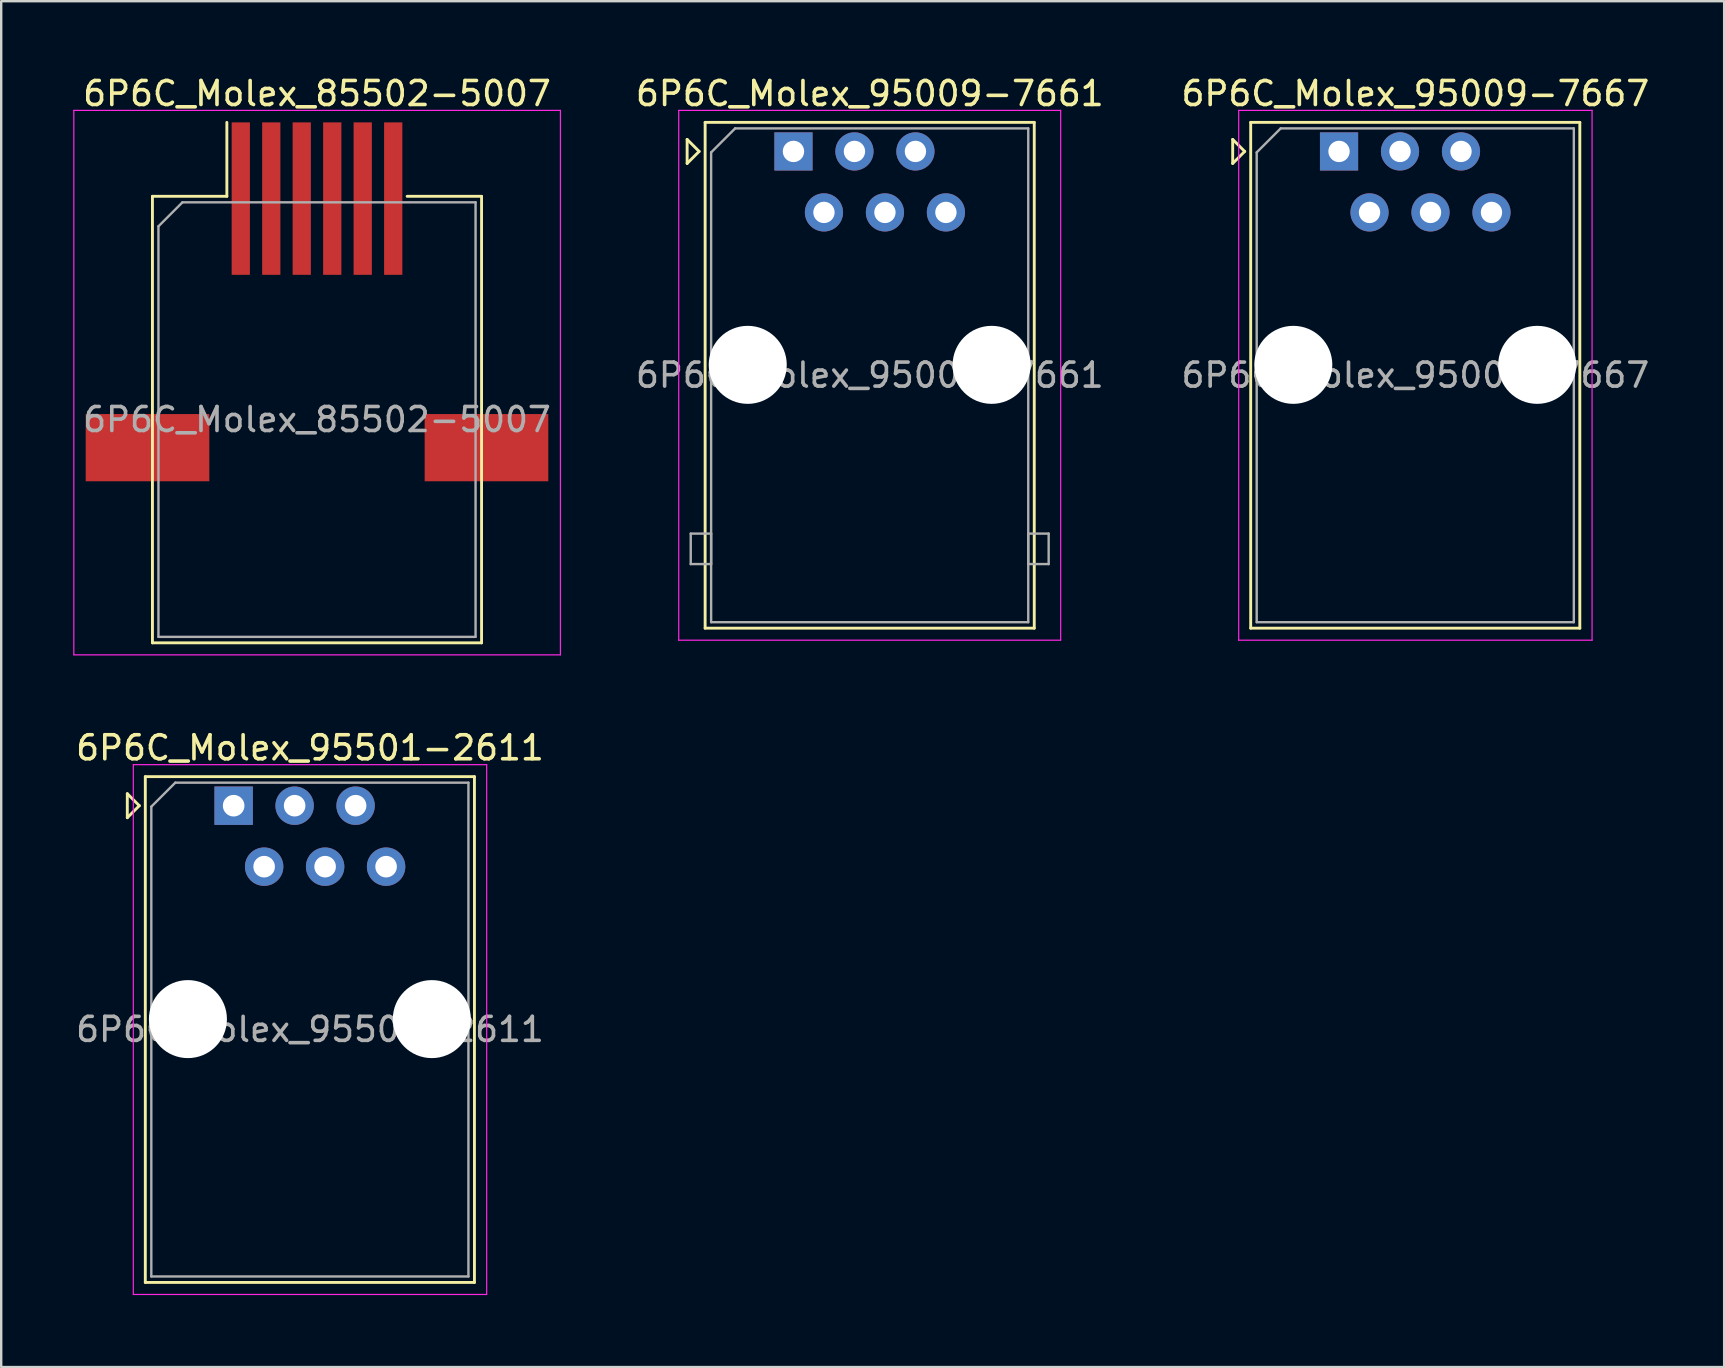
<source format=kicad_pcb>
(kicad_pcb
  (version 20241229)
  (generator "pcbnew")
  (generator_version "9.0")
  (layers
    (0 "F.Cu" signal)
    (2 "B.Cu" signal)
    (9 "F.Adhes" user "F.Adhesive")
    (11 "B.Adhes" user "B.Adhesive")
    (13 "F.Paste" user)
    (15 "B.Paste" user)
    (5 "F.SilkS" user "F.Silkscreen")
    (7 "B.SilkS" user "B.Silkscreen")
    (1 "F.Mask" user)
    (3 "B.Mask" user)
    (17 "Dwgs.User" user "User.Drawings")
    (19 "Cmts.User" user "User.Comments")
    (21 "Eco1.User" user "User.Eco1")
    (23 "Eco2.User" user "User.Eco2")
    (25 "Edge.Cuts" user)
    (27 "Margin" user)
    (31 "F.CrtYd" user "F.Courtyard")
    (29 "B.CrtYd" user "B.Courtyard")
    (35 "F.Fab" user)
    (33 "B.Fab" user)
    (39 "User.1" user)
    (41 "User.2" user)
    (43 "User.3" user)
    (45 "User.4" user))
  (footprint "6P6C_Molex_95009-7661"
    (layer "F.Cu")
    (at 30.003 3.258)
    (property "Reference" "6P6C_Molex_95009-7661" (at 3.18 -2.41 0) (layer "F.SilkS") (effects (font (size 1 1) (thickness 0.15))))
    (attr through_hole)
    (fp_line (start -4.43 -0.5) (end -4.43 0.5) (stroke (width 0.12) (type solid)) (layer "F.SilkS"))
    (fp_line (start -4.43 0.5) (end -3.93 0) (stroke (width 0.12) (type solid)) (layer "F.SilkS"))
    (fp_line (start -3.93 0) (end -4.43 -0.5) (stroke (width 0.12) (type solid)) (layer "F.SilkS"))
    (fp_line (start -3.68 -1.21) (end -3.68 19.86) (stroke (width 0.12) (type solid)) (layer "F.SilkS"))
    (fp_line (start -3.68 19.86) (end 10.03 19.86) (stroke (width 0.12) (type solid)) (layer "F.SilkS"))
    (fp_line (start 10.03 -1.21) (end -3.68 -1.21) (stroke (width 0.12) (type solid)) (layer "F.SilkS"))
    (fp_line (start 10.03 19.86) (end 10.03 -1.21) (stroke (width 0.12) (type solid)) (layer "F.SilkS"))
    (fp_line (start -4.78 -1.71) (end -4.78 20.36) (stroke (width 0.05) (type solid)) (layer "F.CrtYd"))
    (fp_line (start -4.78 20.36) (end 11.13 20.36) (stroke (width 0.05) (type solid)) (layer "F.CrtYd"))
    (fp_line (start 11.13 -1.71) (end -4.78 -1.71) (stroke (width 0.05) (type solid)) (layer "F.CrtYd"))
    (fp_line (start 11.13 20.36) (end 11.13 -1.71) (stroke (width 0.05) (type solid)) (layer "F.CrtYd"))
    (fp_line (start -4.28 15.92) (end -4.28 17.19) (stroke (width 0.1) (type solid)) (layer "F.Fab"))
    (fp_line (start -4.28 17.19) (end -3.43 17.19) (stroke (width 0.1) (type solid)) (layer "F.Fab"))
    (fp_line (start -3.43 0.04) (end -3.43 19.61) (stroke (width 0.1) (type solid)) (layer "F.Fab"))
    (fp_line (start -3.43 15.92) (end -4.28 15.92) (stroke (width 0.1) (type solid)) (layer "F.Fab"))
    (fp_line (start -3.43 17.19) (end -3.43 15.92) (stroke (width 0.1) (type solid)) (layer "F.Fab"))
    (fp_line (start -3.43 19.61) (end 9.78 19.61) (stroke (width 0.1) (type solid)) (layer "F.Fab"))
    (fp_line (start -2.43 -0.96) (end -3.43 0.04) (stroke (width 0.1) (type solid)) (layer "F.Fab"))
    (fp_line (start 9.78 -0.96) (end -2.43 -0.96) (stroke (width 0.1) (type solid)) (layer "F.Fab"))
    (fp_line (start 9.78 15.92) (end 10.63 15.92) (stroke (width 0.1) (type solid)) (layer "F.Fab"))
    (fp_line (start 9.78 17.19) (end 9.78 15.92) (stroke (width 0.1) (type solid)) (layer "F.Fab"))
    (fp_line (start 9.78 19.61) (end 9.78 -0.96) (stroke (width 0.1) (type solid)) (layer "F.Fab"))
    (fp_line (start 10.63 15.92) (end 10.63 17.19) (stroke (width 0.1) (type solid)) (layer "F.Fab"))
    (fp_line (start 10.63 17.19) (end 9.78 17.19) (stroke (width 0.1) (type solid)) (layer "F.Fab"))
    (fp_text user "${REFERENCE}" (at 3.18 9.32 0) (layer "F.Fab") (effects (font (size 1 1) (thickness 0.15))))
    (pad "" np_thru_hole circle (at -1.905 8.89) (size 3.25 3.25) (drill 3.25) (layers "*.Cu" "*.Mask"))
    (pad "" np_thru_hole circle (at 8.255 8.89) (size 3.25 3.25) (drill 3.25) (layers "*.Cu" "*.Mask"))
    (pad "1" thru_hole rect (at 0 0) (size 1.59 1.59) (drill 0.89) (layers "*.Cu" "*.Mask"))
    (pad "2" thru_hole circle (at 1.27 2.54) (size 1.59 1.59) (drill 0.89) (layers "*.Cu" "*.Mask"))
    (pad "3" thru_hole circle (at 2.54 0) (size 1.59 1.59) (drill 0.89) (layers "*.Cu" "*.Mask"))
    (pad "4" thru_hole circle (at 3.81 2.54) (size 1.59 1.59) (drill 0.89) (layers "*.Cu" "*.Mask"))
    (pad "5" thru_hole circle (at 5.08 0) (size 1.59 1.59) (drill 0.89) (layers "*.Cu" "*.Mask"))
    (pad "6" thru_hole circle (at 6.35 2.54) (size 1.59 1.59) (drill 0.89) (layers "*.Cu" "*.Mask")))
  (footprint "6P6C_Molex_95501-2611"
    (layer "F.Cu")
    (at 6.683 30.512)
    (property "Reference" "6P6C_Molex_95501-2611" (at 3.18 -2.41 0) (layer "F.SilkS") (effects (font (size 1 1) (thickness 0.15))))
    (attr through_hole)
    (fp_line (start -4.43 -0.5) (end -4.43 0.5) (stroke (width 0.12) (type solid)) (layer "F.SilkS"))
    (fp_line (start -4.43 0.5) (end -3.93 0) (stroke (width 0.12) (type solid)) (layer "F.SilkS"))
    (fp_line (start -3.93 0) (end -4.43 -0.5) (stroke (width 0.12) (type solid)) (layer "F.SilkS"))
    (fp_line (start -3.68 -1.21) (end -3.68 19.86) (stroke (width 0.12) (type solid)) (layer "F.SilkS"))
    (fp_line (start -3.68 19.86) (end 10.03 19.86) (stroke (width 0.12) (type solid)) (layer "F.SilkS"))
    (fp_line (start 10.03 -1.21) (end -3.68 -1.21) (stroke (width 0.12) (type solid)) (layer "F.SilkS"))
    (fp_line (start 10.03 19.86) (end 10.03 -1.21) (stroke (width 0.12) (type solid)) (layer "F.SilkS"))
    (fp_line (start -4.18 -1.71) (end -4.18 20.36) (stroke (width 0.05) (type solid)) (layer "F.CrtYd"))
    (fp_line (start -4.18 20.36) (end 10.54 20.36) (stroke (width 0.05) (type solid)) (layer "F.CrtYd"))
    (fp_line (start 10.54 -1.71) (end -4.18 -1.71) (stroke (width 0.05) (type solid)) (layer "F.CrtYd"))
    (fp_line (start 10.54 20.36) (end 10.54 -1.71) (stroke (width 0.05) (type solid)) (layer "F.CrtYd"))
    (fp_line (start -3.43 0.04) (end -3.43 19.61) (stroke (width 0.1) (type solid)) (layer "F.Fab"))
    (fp_line (start -3.43 19.61) (end 9.78 19.61) (stroke (width 0.1) (type solid)) (layer "F.Fab"))
    (fp_line (start -2.43 -0.96) (end -3.43 0.04) (stroke (width 0.1) (type solid)) (layer "F.Fab"))
    (fp_line (start 9.78 -0.96) (end -2.43 -0.96) (stroke (width 0.1) (type solid)) (layer "F.Fab"))
    (fp_line (start 9.78 19.61) (end 9.78 -0.96) (stroke (width 0.1) (type solid)) (layer "F.Fab"))
    (fp_text user "${REFERENCE}" (at 3.18 9.32 0) (layer "F.Fab") (effects (font (size 1 1) (thickness 0.15))))
    (pad "" np_thru_hole circle (at -1.905 8.89) (size 3.25 3.25) (drill 3.25) (layers "*.Cu" "*.Mask"))
    (pad "" np_thru_hole circle (at 8.255 8.89) (size 3.25 3.25) (drill 3.25) (layers "*.Cu" "*.Mask"))
    (pad "1" thru_hole rect (at 0 0) (size 1.6 1.6) (drill 0.9) (layers "*.Cu" "*.Mask"))
    (pad "2" thru_hole circle (at 1.27 2.54) (size 1.6 1.6) (drill 0.9) (layers "*.Cu" "*.Mask"))
    (pad "3" thru_hole circle (at 2.54 0) (size 1.6 1.6) (drill 0.9) (layers "*.Cu" "*.Mask"))
    (pad "4" thru_hole circle (at 3.81 2.54) (size 1.6 1.6) (drill 0.9) (layers "*.Cu" "*.Mask"))
    (pad "5" thru_hole circle (at 5.08 0) (size 1.6 1.6) (drill 0.9) (layers "*.Cu" "*.Mask"))
    (pad "6" thru_hole circle (at 6.35 2.54) (size 1.6 1.6) (drill 0.9) (layers "*.Cu" "*.Mask")))
  (footprint "6P6C_Molex_95009-7667"
    (layer "F.Cu")
    (at 52.729 3.258)
    (property "Reference" "6P6C_Molex_95009-7667" (at 3.18 -2.41 0) (layer "F.SilkS") (effects (font (size 1 1) (thickness 0.15))))
    (attr through_hole)
    (fp_line (start -4.43 -0.5) (end -4.43 0.5) (stroke (width 0.12) (type solid)) (layer "F.SilkS"))
    (fp_line (start -4.43 0.5) (end -3.93 0) (stroke (width 0.12) (type solid)) (layer "F.SilkS"))
    (fp_line (start -3.93 0) (end -4.43 -0.5) (stroke (width 0.12) (type solid)) (layer "F.SilkS"))
    (fp_line (start -3.68 -1.21) (end -3.68 19.86) (stroke (width 0.12) (type solid)) (layer "F.SilkS"))
    (fp_line (start -3.68 19.86) (end 10.03 19.86) (stroke (width 0.12) (type solid)) (layer "F.SilkS"))
    (fp_line (start 10.03 -1.21) (end -3.68 -1.21) (stroke (width 0.12) (type solid)) (layer "F.SilkS"))
    (fp_line (start 10.03 19.86) (end 10.03 -1.21) (stroke (width 0.12) (type solid)) (layer "F.SilkS"))
    (fp_line (start -4.18 -1.71) (end -4.18 20.36) (stroke (width 0.05) (type solid)) (layer "F.CrtYd"))
    (fp_line (start -4.18 20.36) (end 10.54 20.36) (stroke (width 0.05) (type solid)) (layer "F.CrtYd"))
    (fp_line (start 10.54 -1.71) (end -4.18 -1.71) (stroke (width 0.05) (type solid)) (layer "F.CrtYd"))
    (fp_line (start 10.54 20.36) (end 10.54 -1.71) (stroke (width 0.05) (type solid)) (layer "F.CrtYd"))
    (fp_line (start -3.43 0.04) (end -3.43 19.61) (stroke (width 0.1) (type solid)) (layer "F.Fab"))
    (fp_line (start -3.43 19.61) (end 9.78 19.61) (stroke (width 0.1) (type solid)) (layer "F.Fab"))
    (fp_line (start -2.43 -0.96) (end -3.43 0.04) (stroke (width 0.1) (type solid)) (layer "F.Fab"))
    (fp_line (start 9.78 -0.96) (end -2.43 -0.96) (stroke (width 0.1) (type solid)) (layer "F.Fab"))
    (fp_line (start 9.78 19.61) (end 9.78 -0.96) (stroke (width 0.1) (type solid)) (layer "F.Fab"))
    (fp_text user "${REFERENCE}" (at 3.18 9.32 0) (layer "F.Fab") (effects (font (size 1 1) (thickness 0.15))))
    (pad "" np_thru_hole circle (at -1.905 8.89) (size 3.25 3.25) (drill 3.25) (layers "*.Cu" "*.Mask"))
    (pad "" np_thru_hole circle (at 8.255 8.89) (size 3.25 3.25) (drill 3.25) (layers "*.Cu" "*.Mask"))
    (pad "1" thru_hole rect (at 0 0) (size 1.59 1.59) (drill 0.89) (layers "*.Cu" "*.Mask"))
    (pad "2" thru_hole circle (at 1.27 2.54) (size 1.59 1.59) (drill 0.89) (layers "*.Cu" "*.Mask"))
    (pad "3" thru_hole circle (at 2.54 0) (size 1.59 1.59) (drill 0.89) (layers "*.Cu" "*.Mask"))
    (pad "4" thru_hole circle (at 3.81 2.54) (size 1.59 1.59) (drill 0.89) (layers "*.Cu" "*.Mask"))
    (pad "5" thru_hole circle (at 5.08 0) (size 1.59 1.59) (drill 0.89) (layers "*.Cu" "*.Mask"))
    (pad "6" thru_hole circle (at 6.35 2.54) (size 1.59 1.59) (drill 0.89) (layers "*.Cu" "*.Mask")))
  (footprint "6P6C_Molex_85502-5007"
    (layer "F.Cu")
    (at 10.155 15.478)
    (property "Reference" "6P6C_Molex_85502-5007" (at 0 -14.63 0) (layer "F.SilkS") (effects (font (size 1 1) (thickness 0.15))))
    (attr smd)
    (fp_line (start -6.855 -10.35) (end -6.855 8.25) (stroke (width 0.12) (type solid)) (layer "F.SilkS"))
    (fp_line (start -6.855 8.25) (end 6.855 8.25) (stroke (width 0.12) (type solid)) (layer "F.SilkS"))
    (fp_line (start -3.755 -13.43) (end -3.755 -10.35) (stroke (width 0.12) (type solid)) (layer "F.SilkS"))
    (fp_line (start -3.755 -10.35) (end -6.855 -10.35) (stroke (width 0.12) (type solid)) (layer "F.SilkS"))
    (fp_line (start 6.855 -10.35) (end 3.755 -10.35) (stroke (width 0.12) (type solid)) (layer "F.SilkS"))
    (fp_line (start 6.855 8.25) (end 6.855 -10.35) (stroke (width 0.12) (type solid)) (layer "F.SilkS"))
    (fp_line (start -10.13 -13.93) (end -10.13 8.75) (stroke (width 0.05) (type solid)) (layer "F.CrtYd"))
    (fp_line (start -10.13 8.75) (end 10.14 8.75) (stroke (width 0.05) (type solid)) (layer "F.CrtYd"))
    (fp_line (start 10.14 -13.93) (end -10.13 -13.93) (stroke (width 0.05) (type solid)) (layer "F.CrtYd"))
    (fp_line (start 10.14 8.75) (end 10.14 -13.93) (stroke (width 0.05) (type solid)) (layer "F.CrtYd"))
    (fp_line (start -6.605 -9.1) (end -6.605 8) (stroke (width 0.1) (type solid)) (layer "F.Fab"))
    (fp_line (start -6.605 8) (end 6.605 8) (stroke (width 0.1) (type solid)) (layer "F.Fab"))
    (fp_line (start -5.605 -10.1) (end -6.605 -9.1) (stroke (width 0.1) (type solid)) (layer "F.Fab"))
    (fp_line (start 6.605 -10.1) (end -5.605 -10.1) (stroke (width 0.1) (type solid)) (layer "F.Fab"))
    (fp_line (start 6.605 8) (end 6.605 -10.1) (stroke (width 0.1) (type solid)) (layer "F.Fab"))
    (fp_text user "${REFERENCE}" (at 0 -1.05 0) (layer "F.Fab") (effects (font (size 1 1) (thickness 0.15))))
    (pad "" smd rect (at -7.06 0.12) (size 5.15 2.8) (layers "F.Cu" "F.Mask" "F.Paste"))
    (pad "" smd rect (at 7.06 0.12) (size 5.15 2.8) (layers "F.Cu" "F.Mask" "F.Paste"))
    (pad "1" smd rect (at -3.175 -10.255) (size 0.76 6.35) (layers "F.Cu" "F.Mask" "F.Paste"))
    (pad "2" smd rect (at -1.905 -10.255) (size 0.76 6.35) (layers "F.Cu" "F.Mask" "F.Paste"))
    (pad "3" smd rect (at -0.635 -10.255) (size 0.76 6.35) (layers "F.Cu" "F.Mask" "F.Paste"))
    (pad "4" smd rect (at 0.635 -10.255) (size 0.76 6.35) (layers "F.Cu" "F.Mask" "F.Paste"))
    (pad "5" smd rect (at 1.905 -10.255) (size 0.76 6.35) (layers "F.Cu" "F.Mask" "F.Paste"))
    (pad "6" smd rect (at 3.175 -10.255) (size 0.76 6.35) (layers "F.Cu" "F.Mask" "F.Paste")))
  (gr_rect
    (start -3 -3)
    (end 68.772 53.897)
    (stroke (width 0.1) (type default))
    (fill no)
    (layer "Edge.Cuts")))
</source>
